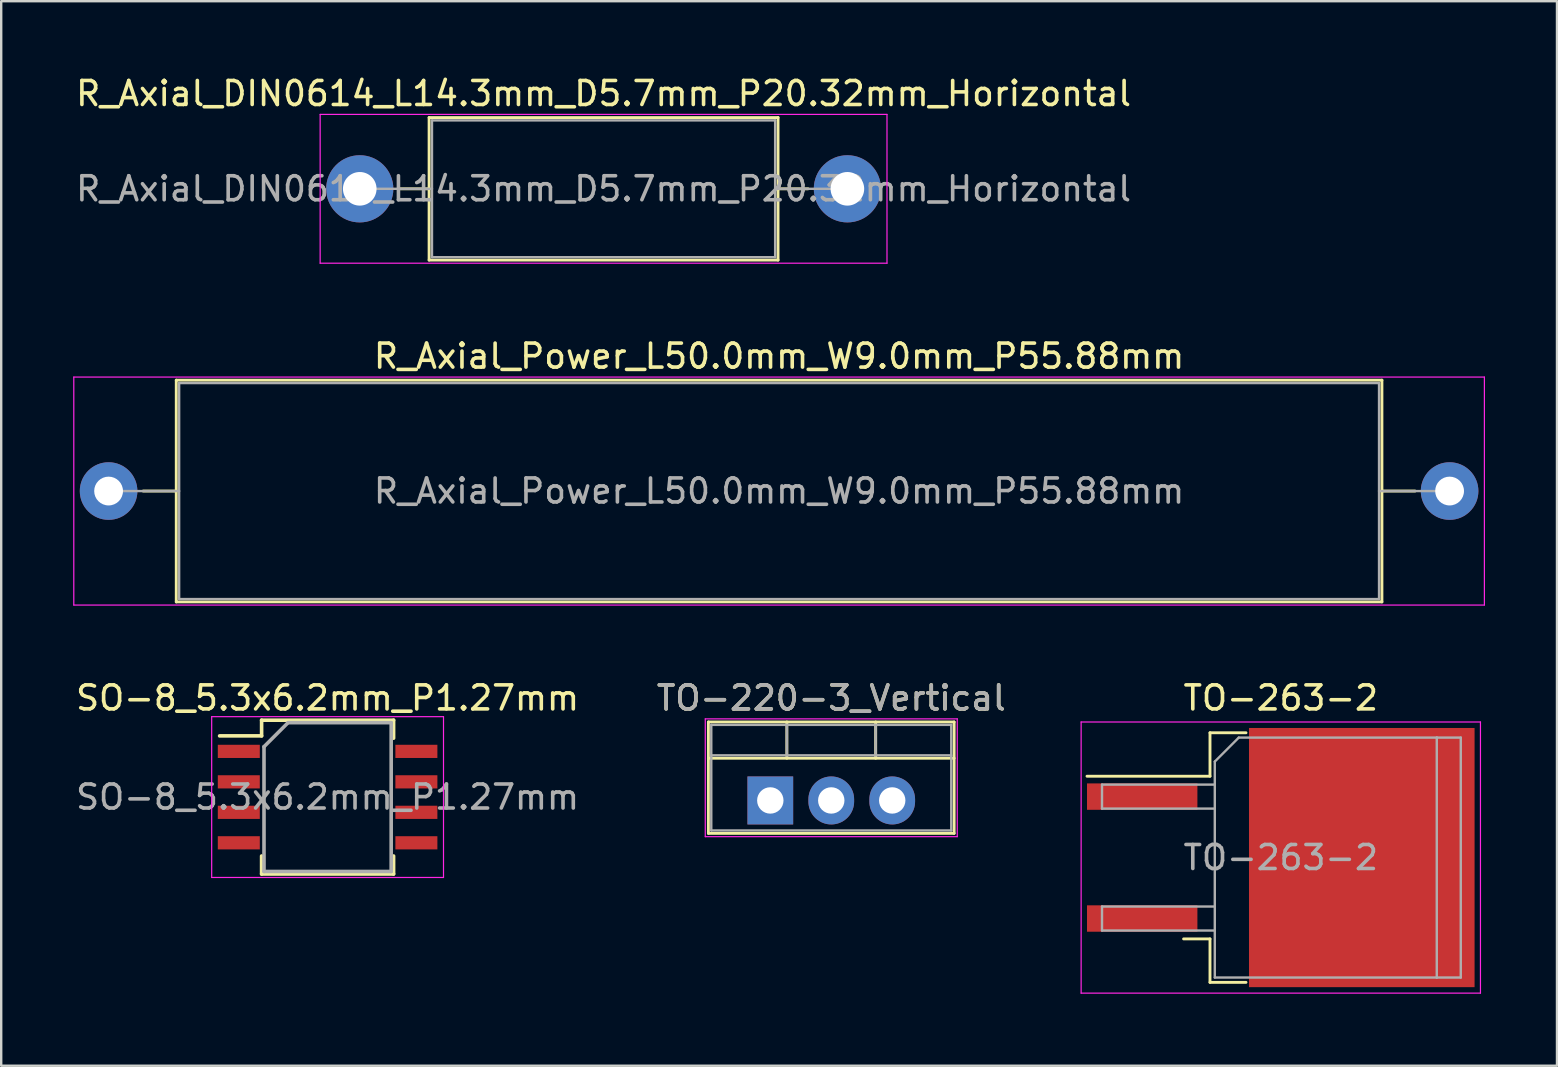
<source format=kicad_pcb>
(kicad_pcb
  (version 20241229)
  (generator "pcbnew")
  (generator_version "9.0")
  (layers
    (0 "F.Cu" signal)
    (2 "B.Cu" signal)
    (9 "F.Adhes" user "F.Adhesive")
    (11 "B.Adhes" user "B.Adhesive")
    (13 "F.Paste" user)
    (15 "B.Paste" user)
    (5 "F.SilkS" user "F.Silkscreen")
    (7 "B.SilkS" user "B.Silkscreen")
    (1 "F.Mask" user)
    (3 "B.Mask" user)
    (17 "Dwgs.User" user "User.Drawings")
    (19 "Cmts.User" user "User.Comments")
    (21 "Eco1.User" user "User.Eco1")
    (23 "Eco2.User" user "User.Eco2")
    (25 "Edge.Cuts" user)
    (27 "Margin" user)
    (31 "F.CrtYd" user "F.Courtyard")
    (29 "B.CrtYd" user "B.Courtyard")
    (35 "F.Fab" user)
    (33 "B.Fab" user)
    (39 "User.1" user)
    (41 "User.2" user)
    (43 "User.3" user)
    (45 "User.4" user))
  (footprint "TO-263-2"
    (layer "F.Cu")
    (at 50.321 32.685)
    (property "Reference" "TO-263-2" (at 0 -6.65 0) (layer "F.SilkS") (effects (font (size 1 1) (thickness 0.15))))
    (attr smd)
    (fp_line (start -2.95 -5.2) (end -2.95 -3.39) (stroke (width 0.12) (type solid)) (layer "F.SilkS"))
    (fp_line (start -2.95 -3.39) (end -8.075 -3.39) (stroke (width 0.12) (type solid)) (layer "F.SilkS"))
    (fp_line (start -2.95 3.39) (end -4.05 3.39) (stroke (width 0.12) (type solid)) (layer "F.SilkS"))
    (fp_line (start -2.95 5.2) (end -2.95 3.39) (stroke (width 0.12) (type solid)) (layer "F.SilkS"))
    (fp_line (start -1.45 -5.2) (end -2.95 -5.2) (stroke (width 0.12) (type solid)) (layer "F.SilkS"))
    (fp_line (start -1.45 5.2) (end -2.95 5.2) (stroke (width 0.12) (type solid)) (layer "F.SilkS"))
    (fp_line (start -8.32 -5.65) (end -8.32 5.65) (stroke (width 0.05) (type solid)) (layer "F.CrtYd"))
    (fp_line (start -8.32 5.65) (end 8.32 5.65) (stroke (width 0.05) (type solid)) (layer "F.CrtYd"))
    (fp_line (start 8.32 -5.65) (end -8.32 -5.65) (stroke (width 0.05) (type solid)) (layer "F.CrtYd"))
    (fp_line (start 8.32 5.65) (end 8.32 -5.65) (stroke (width 0.05) (type solid)) (layer "F.CrtYd"))
    (fp_line (start -7.45 -3.04) (end -7.45 -2.04) (stroke (width 0.1) (type solid)) (layer "F.Fab"))
    (fp_line (start -7.45 -2.04) (end -2.75 -2.04) (stroke (width 0.1) (type solid)) (layer "F.Fab"))
    (fp_line (start -7.45 2.04) (end -7.45 3.04) (stroke (width 0.1) (type solid)) (layer "F.Fab"))
    (fp_line (start -7.45 3.04) (end -2.75 3.04) (stroke (width 0.1) (type solid)) (layer "F.Fab"))
    (fp_line (start -2.75 -4) (end -1.75 -5) (stroke (width 0.1) (type solid)) (layer "F.Fab"))
    (fp_line (start -2.75 -3.04) (end -7.45 -3.04) (stroke (width 0.1) (type solid)) (layer "F.Fab"))
    (fp_line (start -2.75 2.04) (end -7.45 2.04) (stroke (width 0.1) (type solid)) (layer "F.Fab"))
    (fp_line (start -2.75 5) (end -2.75 -4) (stroke (width 0.1) (type solid)) (layer "F.Fab"))
    (fp_line (start -1.75 -5) (end 6.5 -5) (stroke (width 0.1) (type solid)) (layer "F.Fab"))
    (fp_line (start 6.5 -5) (end 6.5 5) (stroke (width 0.1) (type solid)) (layer "F.Fab"))
    (fp_line (start 6.5 -5) (end 7.5 -5) (stroke (width 0.1) (type solid)) (layer "F.Fab"))
    (fp_line (start 6.5 5) (end -2.75 5) (stroke (width 0.1) (type solid)) (layer "F.Fab"))
    (fp_line (start 7.5 -5) (end 7.5 5) (stroke (width 0.1) (type solid)) (layer "F.Fab"))
    (fp_line (start 7.5 5) (end 6.5 5) (stroke (width 0.1) (type solid)) (layer "F.Fab"))
    (fp_text user "${REFERENCE}" (at 0 0 0) (layer "F.Fab") (effects (font (size 1 1) (thickness 0.15))))
    (pad "" smd rect (at 0.95 -2.775) (size 4.55 5.25) (layers "F.Paste"))
    (pad "" smd rect (at 0.95 2.775) (size 4.55 5.25) (layers "F.Paste"))
    (pad "" smd rect (at 5.8 -2.775) (size 4.55 5.25) (layers "F.Paste"))
    (pad "" smd rect (at 5.8 2.775) (size 4.55 5.25) (layers "F.Paste"))
    (pad "1" smd rect (at -5.775 -2.54) (size 4.6 1.1) (layers "F.Cu" "F.Mask" "F.Paste"))
    (pad "2" smd rect (at 3.375 0) (size 9.4 10.8) (layers "F.Cu" "F.Mask"))
    (pad "3" smd rect (at -5.775 2.54) (size 4.6 1.1) (layers "F.Cu" "F.Mask" "F.Paste")))
  (footprint "SO-8_5.3x6.2mm_P1.27mm"
    (layer "F.Cu")
    (at 10.601 30.165)
    (property "Reference" "SO-8_5.3x6.2mm_P1.27mm" (at 0 -4.13 0) (layer "F.SilkS") (effects (font (size 1 1) (thickness 0.15))))
    (attr smd)
    (fp_line (start -2.75 -3.205) (end -2.75 -2.55) (stroke (width 0.15) (type solid)) (layer "F.SilkS"))
    (fp_line (start -2.75 -3.205) (end 2.75 -3.205) (stroke (width 0.15) (type solid)) (layer "F.SilkS"))
    (fp_line (start -2.75 -2.55) (end -4.5 -2.55) (stroke (width 0.15) (type solid)) (layer "F.SilkS"))
    (fp_line (start -2.75 3.205) (end -2.75 2.455) (stroke (width 0.15) (type solid)) (layer "F.SilkS"))
    (fp_line (start -2.75 3.205) (end 2.75 3.205) (stroke (width 0.15) (type solid)) (layer "F.SilkS"))
    (fp_line (start 2.75 -3.205) (end 2.75 -2.455) (stroke (width 0.15) (type solid)) (layer "F.SilkS"))
    (fp_line (start 2.75 3.205) (end 2.75 2.455) (stroke (width 0.15) (type solid)) (layer "F.SilkS"))
    (fp_line (start -4.83 -3.35) (end -4.83 3.35) (stroke (width 0.05) (type solid)) (layer "F.CrtYd"))
    (fp_line (start -4.83 -3.35) (end 4.83 -3.35) (stroke (width 0.05) (type solid)) (layer "F.CrtYd"))
    (fp_line (start -4.83 3.35) (end 4.83 3.35) (stroke (width 0.05) (type solid)) (layer "F.CrtYd"))
    (fp_line (start 4.83 -3.35) (end 4.83 3.35) (stroke (width 0.05) (type solid)) (layer "F.CrtYd"))
    (fp_line (start -2.65 -2.1) (end -1.65 -3.1) (stroke (width 0.15) (type solid)) (layer "F.Fab"))
    (fp_line (start -2.65 3.1) (end -2.65 -2.1) (stroke (width 0.15) (type solid)) (layer "F.Fab"))
    (fp_line (start -1.65 -3.1) (end 2.65 -3.1) (stroke (width 0.15) (type solid)) (layer "F.Fab"))
    (fp_line (start 2.65 -3.1) (end 2.65 3.1) (stroke (width 0.15) (type solid)) (layer "F.Fab"))
    (fp_line (start 2.65 3.1) (end -2.65 3.1) (stroke (width 0.15) (type solid)) (layer "F.Fab"))
    (fp_text user "${REFERENCE}" (at 0 0 0) (layer "F.Fab") (effects (font (size 1 1) (thickness 0.15))))
    (pad "1" smd rect (at -3.7 -1.905) (size 1.75 0.55) (layers "F.Cu" "F.Mask" "F.Paste"))
    (pad "2" smd rect (at -3.7 -0.635) (size 1.75 0.55) (layers "F.Cu" "F.Mask" "F.Paste"))
    (pad "3" smd rect (at -3.7 0.635) (size 1.75 0.55) (layers "F.Cu" "F.Mask" "F.Paste"))
    (pad "4" smd rect (at -3.7 1.905) (size 1.75 0.55) (layers "F.Cu" "F.Mask" "F.Paste"))
    (pad "5" smd rect (at 3.7 1.905) (size 1.75 0.55) (layers "F.Cu" "F.Mask" "F.Paste"))
    (pad "6" smd rect (at 3.7 0.635) (size 1.75 0.55) (layers "F.Cu" "F.Mask" "F.Paste"))
    (pad "7" smd rect (at 3.7 -0.635) (size 1.75 0.55) (layers "F.Cu" "F.Mask" "F.Paste"))
    (pad "8" smd rect (at 3.7 -1.905) (size 1.75 0.55) (layers "F.Cu" "F.Mask" "F.Paste")))
  (footprint "TO-220-3_Vertical"
    (layer "F.Cu")
    (at 29.049 30.305)
    (property "Reference" "TO-220-3_Vertical" (at 2.54 -4.27 0) (layer "F.SilkS") (effects (font (size 1 1) (thickness 0.15))))
    (attr through_hole)
    (fp_line (start -2.58 -3.27) (end -2.58 1.371) (stroke (width 0.12) (type solid)) (layer "F.SilkS"))
    (fp_line (start -2.58 -3.27) (end 7.66 -3.27) (stroke (width 0.12) (type solid)) (layer "F.SilkS"))
    (fp_line (start -2.58 -1.76) (end 7.66 -1.76) (stroke (width 0.12) (type solid)) (layer "F.SilkS"))
    (fp_line (start -2.58 1.371) (end 7.66 1.371) (stroke (width 0.12) (type solid)) (layer "F.SilkS"))
    (fp_line (start 0.69 -3.27) (end 0.69 -1.76) (stroke (width 0.12) (type solid)) (layer "F.SilkS"))
    (fp_line (start 4.391 -3.27) (end 4.391 -1.76) (stroke (width 0.12) (type solid)) (layer "F.SilkS"))
    (fp_line (start 7.66 -3.27) (end 7.66 1.371) (stroke (width 0.12) (type solid)) (layer "F.SilkS"))
    (fp_line (start -2.71 -3.4) (end -2.71 1.51) (stroke (width 0.05) (type solid)) (layer "F.CrtYd"))
    (fp_line (start -2.71 1.51) (end 7.79 1.51) (stroke (width 0.05) (type solid)) (layer "F.CrtYd"))
    (fp_line (start 7.79 -3.4) (end -2.71 -3.4) (stroke (width 0.05) (type solid)) (layer "F.CrtYd"))
    (fp_line (start 7.79 1.51) (end 7.79 -3.4) (stroke (width 0.05) (type solid)) (layer "F.CrtYd"))
    (fp_line (start -2.46 -3.15) (end -2.46 1.25) (stroke (width 0.1) (type solid)) (layer "F.Fab"))
    (fp_line (start -2.46 -1.88) (end 7.54 -1.88) (stroke (width 0.1) (type solid)) (layer "F.Fab"))
    (fp_line (start -2.46 1.25) (end 7.54 1.25) (stroke (width 0.1) (type solid)) (layer "F.Fab"))
    (fp_line (start 0.69 -3.15) (end 0.69 -1.88) (stroke (width 0.1) (type solid)) (layer "F.Fab"))
    (fp_line (start 4.39 -3.15) (end 4.39 -1.88) (stroke (width 0.1) (type solid)) (layer "F.Fab"))
    (fp_line (start 7.54 -3.15) (end -2.46 -3.15) (stroke (width 0.1) (type solid)) (layer "F.Fab"))
    (fp_line (start 7.54 1.25) (end 7.54 -3.15) (stroke (width 0.1) (type solid)) (layer "F.Fab"))
    (fp_text user "${REFERENCE}" (at 2.54 -4.27 0) (layer "F.Fab") (effects (font (size 1 1) (thickness 0.15))))
    (pad "1" thru_hole rect (at 0 0) (size 1.905 2) (drill 1.1) (layers "*.Cu" "*.Mask"))
    (pad "2" thru_hole oval (at 2.54 0) (size 1.905 2) (drill 1.1) (layers "*.Cu" "*.Mask"))
    (pad "3" thru_hole oval (at 5.08 0) (size 1.905 2) (drill 1.1) (layers "*.Cu" "*.Mask")))
  (footprint "R_Axial_Power_L50.0mm_W9.0mm_P55.88mm"
    (layer "F.Cu")
    (at 1.475 17.412)
    (property "Reference" "R_Axial_Power_L50.0mm_W9.0mm_P55.88mm" (at 27.94 -5.62 0) (layer "F.SilkS") (effects (font (size 1 1) (thickness 0.15))))
    (attr through_hole)
    (fp_line (start 1.44 0) (end 2.82 0) (stroke (width 0.12) (type solid)) (layer "F.SilkS"))
    (fp_line (start 2.82 -4.62) (end 2.82 4.62) (stroke (width 0.12) (type solid)) (layer "F.SilkS"))
    (fp_line (start 2.82 4.62) (end 53.06 4.62) (stroke (width 0.12) (type solid)) (layer "F.SilkS"))
    (fp_line (start 53.06 -4.62) (end 2.82 -4.62) (stroke (width 0.12) (type solid)) (layer "F.SilkS"))
    (fp_line (start 53.06 4.62) (end 53.06 -4.62) (stroke (width 0.12) (type solid)) (layer "F.SilkS"))
    (fp_line (start 54.44 0) (end 53.06 0) (stroke (width 0.12) (type solid)) (layer "F.SilkS"))
    (fp_line (start -1.45 -4.75) (end -1.45 4.75) (stroke (width 0.05) (type solid)) (layer "F.CrtYd"))
    (fp_line (start -1.45 4.75) (end 57.33 4.75) (stroke (width 0.05) (type solid)) (layer "F.CrtYd"))
    (fp_line (start 57.33 -4.75) (end -1.45 -4.75) (stroke (width 0.05) (type solid)) (layer "F.CrtYd"))
    (fp_line (start 57.33 4.75) (end 57.33 -4.75) (stroke (width 0.05) (type solid)) (layer "F.CrtYd"))
    (fp_line (start 0 0) (end 2.94 0) (stroke (width 0.1) (type solid)) (layer "F.Fab"))
    (fp_line (start 2.94 -4.5) (end 2.94 4.5) (stroke (width 0.1) (type solid)) (layer "F.Fab"))
    (fp_line (start 2.94 4.5) (end 52.94 4.5) (stroke (width 0.1) (type solid)) (layer "F.Fab"))
    (fp_line (start 52.94 -4.5) (end 2.94 -4.5) (stroke (width 0.1) (type solid)) (layer "F.Fab"))
    (fp_line (start 52.94 4.5) (end 52.94 -4.5) (stroke (width 0.1) (type solid)) (layer "F.Fab"))
    (fp_line (start 55.88 0) (end 52.94 0) (stroke (width 0.1) (type solid)) (layer "F.Fab"))
    (fp_text user "${REFERENCE}" (at 27.94 0 0) (layer "F.Fab") (effects (font (size 1 1) (thickness 0.15))))
    (pad "1" thru_hole circle (at 0 0) (size 2.4 2.4) (drill 1.2) (layers "*.Cu" "*.Mask"))
    (pad "2" thru_hole oval (at 55.88 0) (size 2.4 2.4) (drill 1.2) (layers "*.Cu" "*.Mask")))
  (footprint "R_Axial_DIN0614_L14.3mm_D5.7mm_P20.32mm_Horizontal"
    (layer "F.Cu")
    (at 11.941 4.818)
    (property "Reference" "R_Axial_DIN0614_L14.3mm_D5.7mm_P20.32mm_Horizontal" (at 10.16 -3.97 0) (layer "F.SilkS") (effects (font (size 1 1) (thickness 0.15))))
    (attr through_hole)
    (fp_line (start 1.64 0) (end 2.89 0) (stroke (width 0.12) (type solid)) (layer "F.SilkS"))
    (fp_line (start 2.89 -2.97) (end 2.89 2.97) (stroke (width 0.12) (type solid)) (layer "F.SilkS"))
    (fp_line (start 2.89 2.97) (end 17.43 2.97) (stroke (width 0.12) (type solid)) (layer "F.SilkS"))
    (fp_line (start 17.43 -2.97) (end 2.89 -2.97) (stroke (width 0.12) (type solid)) (layer "F.SilkS"))
    (fp_line (start 17.43 2.97) (end 17.43 -2.97) (stroke (width 0.12) (type solid)) (layer "F.SilkS"))
    (fp_line (start 18.68 0) (end 17.43 0) (stroke (width 0.12) (type solid)) (layer "F.SilkS"))
    (fp_line (start -1.65 -3.1) (end -1.65 3.1) (stroke (width 0.05) (type solid)) (layer "F.CrtYd"))
    (fp_line (start -1.65 3.1) (end 21.97 3.1) (stroke (width 0.05) (type solid)) (layer "F.CrtYd"))
    (fp_line (start 21.97 -3.1) (end -1.65 -3.1) (stroke (width 0.05) (type solid)) (layer "F.CrtYd"))
    (fp_line (start 21.97 3.1) (end 21.97 -3.1) (stroke (width 0.05) (type solid)) (layer "F.CrtYd"))
    (fp_line (start 0 0) (end 3.01 0) (stroke (width 0.1) (type solid)) (layer "F.Fab"))
    (fp_line (start 3.01 -2.85) (end 3.01 2.85) (stroke (width 0.1) (type solid)) (layer "F.Fab"))
    (fp_line (start 3.01 2.85) (end 17.31 2.85) (stroke (width 0.1) (type solid)) (layer "F.Fab"))
    (fp_line (start 17.31 -2.85) (end 3.01 -2.85) (stroke (width 0.1) (type solid)) (layer "F.Fab"))
    (fp_line (start 17.31 2.85) (end 17.31 -2.85) (stroke (width 0.1) (type solid)) (layer "F.Fab"))
    (fp_line (start 20.32 0) (end 17.31 0) (stroke (width 0.1) (type solid)) (layer "F.Fab"))
    (fp_text user "${REFERENCE}" (at 10.16 0 0) (layer "F.Fab") (effects (font (size 1 1) (thickness 0.15))))
    (pad "1" thru_hole circle (at 0 0) (size 2.8 2.8) (drill 1.4) (layers "*.Cu" "*.Mask"))
    (pad "2" thru_hole oval (at 20.32 0) (size 2.8 2.8) (drill 1.4) (layers "*.Cu" "*.Mask")))
  (gr_rect
    (start -3 -3)
    (end 61.83 41.36)
    (stroke (width 0.1) (type default))
    (fill no)
    (layer "Edge.Cuts")))
</source>
